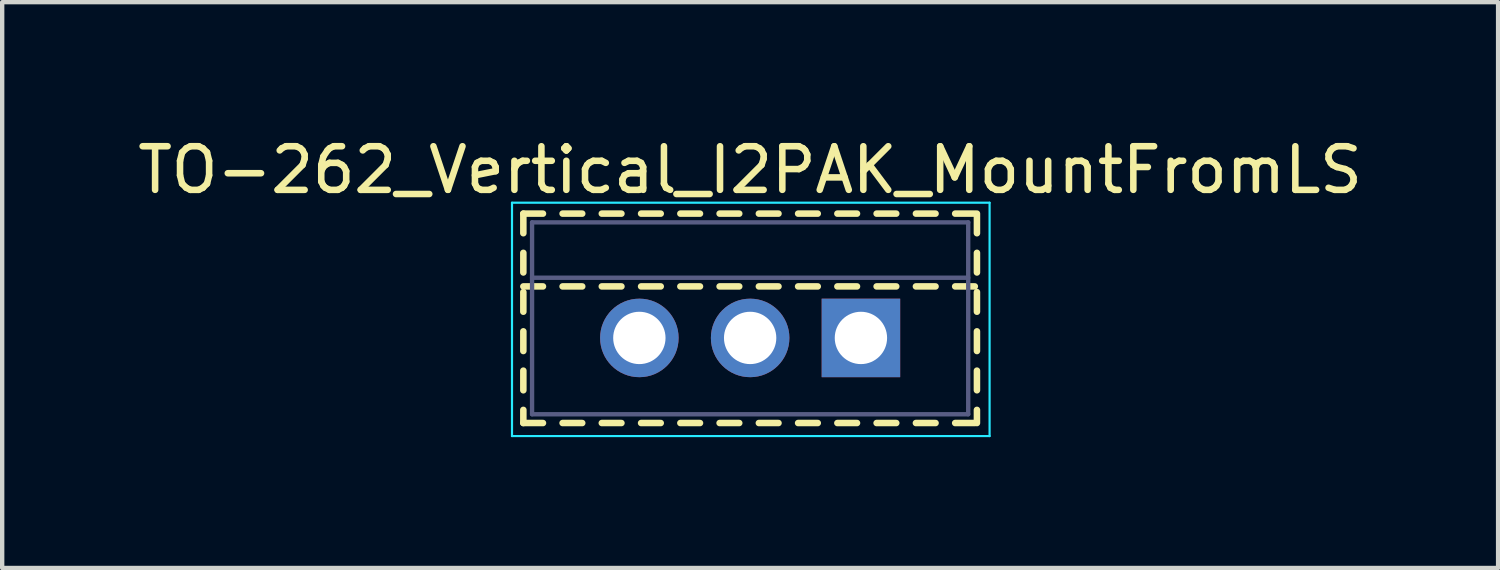
<source format=kicad_pcb>
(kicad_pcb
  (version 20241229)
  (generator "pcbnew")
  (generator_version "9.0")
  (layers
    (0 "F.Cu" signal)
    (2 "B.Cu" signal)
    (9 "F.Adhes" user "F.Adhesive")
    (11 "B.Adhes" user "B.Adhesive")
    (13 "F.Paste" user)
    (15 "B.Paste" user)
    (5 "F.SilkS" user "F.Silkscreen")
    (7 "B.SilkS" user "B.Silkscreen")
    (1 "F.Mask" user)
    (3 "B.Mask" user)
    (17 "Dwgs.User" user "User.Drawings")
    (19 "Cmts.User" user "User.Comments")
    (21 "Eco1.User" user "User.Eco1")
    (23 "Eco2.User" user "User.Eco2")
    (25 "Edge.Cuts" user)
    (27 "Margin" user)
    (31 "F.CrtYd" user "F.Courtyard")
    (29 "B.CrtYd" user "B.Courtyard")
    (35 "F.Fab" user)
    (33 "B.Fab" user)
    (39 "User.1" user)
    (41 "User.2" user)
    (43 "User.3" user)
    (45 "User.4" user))
  (footprint "TO-262_Vertical_I2PAK_MountFromLS"
    (layer "F.Cu")
    (at 16.689 4.698)
    (property "Reference" "TO-262_Vertical_I2PAK_MountFromLS" (at -2.54 -3.85 0) (layer "F.SilkS") (effects (font (size 1 1) (thickness 0.15))))
    (attr through_hole)
    (fp_line (start -7.74 -2.85) (end -7.74 -2.401) (stroke (width 0.15) (type solid)) (layer "F.SilkS"))
    (fp_line (start -7.74 -2.85) (end -7.29 -2.85) (stroke (width 0.15) (type solid)) (layer "F.SilkS"))
    (fp_line (start -7.74 -1.951) (end -7.74 -1.501) (stroke (width 0.15) (type solid)) (layer "F.SilkS"))
    (fp_line (start -7.74 -1.181) (end -7.29 -1.181) (stroke (width 0.15) (type solid)) (layer "F.SilkS"))
    (fp_line (start -7.74 -1.051) (end -7.74 -0.601) (stroke (width 0.15) (type solid)) (layer "F.SilkS"))
    (fp_line (start -7.74 -0.151) (end -7.74 0.3) (stroke (width 0.15) (type solid)) (layer "F.SilkS"))
    (fp_line (start -7.74 0.75) (end -7.74 1.2) (stroke (width 0.15) (type solid)) (layer "F.SilkS"))
    (fp_line (start -7.74 1.65) (end -7.74 1.951) (stroke (width 0.15) (type solid)) (layer "F.SilkS"))
    (fp_line (start -7.74 1.951) (end -7.29 1.951) (stroke (width 0.15) (type solid)) (layer "F.SilkS"))
    (fp_line (start -6.84 -2.85) (end -6.39 -2.85) (stroke (width 0.15) (type solid)) (layer "F.SilkS"))
    (fp_line (start -6.84 -1.181) (end -6.39 -1.181) (stroke (width 0.15) (type solid)) (layer "F.SilkS"))
    (fp_line (start -6.84 1.951) (end -6.39 1.951) (stroke (width 0.15) (type solid)) (layer "F.SilkS"))
    (fp_line (start -5.941 -2.85) (end -5.491 -2.85) (stroke (width 0.15) (type solid)) (layer "F.SilkS"))
    (fp_line (start -5.941 -1.181) (end -5.491 -1.181) (stroke (width 0.15) (type solid)) (layer "F.SilkS"))
    (fp_line (start -5.941 1.951) (end -5.491 1.951) (stroke (width 0.15) (type solid)) (layer "F.SilkS"))
    (fp_line (start -5.04 -2.85) (end -4.59 -2.85) (stroke (width 0.15) (type solid)) (layer "F.SilkS"))
    (fp_line (start -5.04 -1.181) (end -4.59 -1.181) (stroke (width 0.15) (type solid)) (layer "F.SilkS"))
    (fp_line (start -5.04 1.951) (end -4.59 1.951) (stroke (width 0.15) (type solid)) (layer "F.SilkS"))
    (fp_line (start -4.14 -2.85) (end -3.69 -2.85) (stroke (width 0.15) (type solid)) (layer "F.SilkS"))
    (fp_line (start -4.14 -1.181) (end -3.69 -1.181) (stroke (width 0.15) (type solid)) (layer "F.SilkS"))
    (fp_line (start -4.14 1.951) (end -3.69 1.951) (stroke (width 0.15) (type solid)) (layer "F.SilkS"))
    (fp_line (start -3.24 -2.85) (end -2.79 -2.85) (stroke (width 0.15) (type solid)) (layer "F.SilkS"))
    (fp_line (start -3.24 -1.181) (end -2.79 -1.181) (stroke (width 0.15) (type solid)) (layer "F.SilkS"))
    (fp_line (start -3.24 1.951) (end -2.79 1.951) (stroke (width 0.15) (type solid)) (layer "F.SilkS"))
    (fp_line (start -2.34 -2.85) (end -1.89 -2.85) (stroke (width 0.15) (type solid)) (layer "F.SilkS"))
    (fp_line (start -2.34 -1.181) (end -1.89 -1.181) (stroke (width 0.15) (type solid)) (layer "F.SilkS"))
    (fp_line (start -2.34 1.951) (end -1.89 1.951) (stroke (width 0.15) (type solid)) (layer "F.SilkS"))
    (fp_line (start -1.44 -2.85) (end -0.99 -2.85) (stroke (width 0.15) (type solid)) (layer "F.SilkS"))
    (fp_line (start -1.44 -1.181) (end -0.99 -1.181) (stroke (width 0.15) (type solid)) (layer "F.SilkS"))
    (fp_line (start -1.44 1.951) (end -0.99 1.951) (stroke (width 0.15) (type solid)) (layer "F.SilkS"))
    (fp_line (start -0.54 -2.85) (end -0.09 -2.85) (stroke (width 0.15) (type solid)) (layer "F.SilkS"))
    (fp_line (start -0.54 -1.181) (end -0.09 -1.181) (stroke (width 0.15) (type solid)) (layer "F.SilkS"))
    (fp_line (start -0.54 1.951) (end -0.09 1.951) (stroke (width 0.15) (type solid)) (layer "F.SilkS"))
    (fp_line (start 0.36 -2.85) (end 0.81 -2.85) (stroke (width 0.15) (type solid)) (layer "F.SilkS"))
    (fp_line (start 0.36 -1.181) (end 0.81 -1.181) (stroke (width 0.15) (type solid)) (layer "F.SilkS"))
    (fp_line (start 0.36 1.951) (end 0.81 1.951) (stroke (width 0.15) (type solid)) (layer "F.SilkS"))
    (fp_line (start 1.261 -2.85) (end 1.711 -2.85) (stroke (width 0.15) (type solid)) (layer "F.SilkS"))
    (fp_line (start 1.261 -1.181) (end 1.711 -1.181) (stroke (width 0.15) (type solid)) (layer "F.SilkS"))
    (fp_line (start 1.261 1.951) (end 1.711 1.951) (stroke (width 0.15) (type solid)) (layer "F.SilkS"))
    (fp_line (start 2.161 -2.85) (end 2.611 -2.85) (stroke (width 0.15) (type solid)) (layer "F.SilkS"))
    (fp_line (start 2.161 -1.181) (end 2.611 -1.181) (stroke (width 0.15) (type solid)) (layer "F.SilkS"))
    (fp_line (start 2.161 1.951) (end 2.611 1.951) (stroke (width 0.15) (type solid)) (layer "F.SilkS"))
    (fp_line (start 2.66 -2.85) (end 2.66 -2.401) (stroke (width 0.15) (type solid)) (layer "F.SilkS"))
    (fp_line (start 2.66 -1.951) (end 2.66 -1.501) (stroke (width 0.15) (type solid)) (layer "F.SilkS"))
    (fp_line (start 2.66 -1.051) (end 2.66 -0.601) (stroke (width 0.15) (type solid)) (layer "F.SilkS"))
    (fp_line (start 2.66 -0.151) (end 2.66 0.3) (stroke (width 0.15) (type solid)) (layer "F.SilkS"))
    (fp_line (start 2.66 0.75) (end 2.66 1.2) (stroke (width 0.15) (type solid)) (layer "F.SilkS"))
    (fp_line (start 2.66 1.65) (end 2.66 1.951) (stroke (width 0.15) (type solid)) (layer "F.SilkS"))
    (fp_line (start -8 -3.1) (end -8 2.25) (stroke (width 0.05) (type solid)) (layer "B.CrtYd"))
    (fp_line (start -8 2.25) (end 2.95 2.25) (stroke (width 0.05) (type solid)) (layer "B.CrtYd"))
    (fp_line (start 2.95 -3.1) (end -8 -3.1) (stroke (width 0.05) (type solid)) (layer "B.CrtYd"))
    (fp_line (start 2.95 2.25) (end 2.95 -3.1) (stroke (width 0.05) (type solid)) (layer "B.CrtYd"))
    (fp_line (start -7.54 -2.65) (end -7.54 1.75) (stroke (width 0.1) (type solid)) (layer "B.Fab"))
    (fp_line (start -7.54 -1.38) (end 2.46 -1.38) (stroke (width 0.1) (type solid)) (layer "B.Fab"))
    (fp_line (start -7.54 1.75) (end 2.46 1.75) (stroke (width 0.1) (type solid)) (layer "B.Fab"))
    (fp_line (start 2.46 -2.65) (end -7.54 -2.65) (stroke (width 0.1) (type solid)) (layer "B.Fab"))
    (fp_line (start 2.46 1.75) (end 2.46 -2.65) (stroke (width 0.1) (type solid)) (layer "B.Fab"))
    (pad "1" thru_hole rect (at 0 0) (size 1.8 1.8) (drill 1.2) (layers "*.Cu" "*.Mask"))
    (pad "2" thru_hole oval (at -2.54 0) (size 1.8 1.8) (drill 1.2) (layers "*.Cu" "*.Mask"))
    (pad "3" thru_hole oval (at -5.08 0) (size 1.8 1.8) (drill 1.2) (layers "*.Cu" "*.Mask")))
  (gr_rect
    (start -3 -3)
    (end 31.298 9.973)
    (stroke (width 0.1) (type default))
    (fill no)
    (layer "Edge.Cuts")))
</source>
